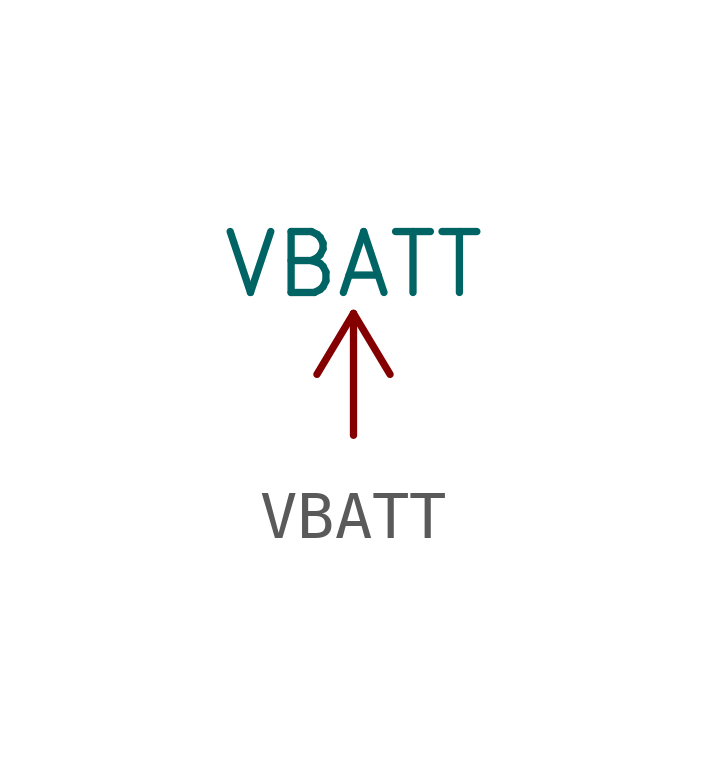
<source format=kicad_sym>
(kicad_symbol_lib
  (version 20220914)
  (generator kicad_symbol_editor)
  (symbol "VBATT"
    (power)
    (pin_names
      (offset 0))
    (property "Reference" "#PWR"
      (at 0 -3.81 0)
      (effects (font (size 1.27 1.27)) hide))
    (property "Value" "VBATT"
      (at 0 3.556 0)
      (effects (font (size 1.27 1.27))))
    (symbol "VBATT_0_1"
      (polyline (pts (xy -0.762 1.27) (xy 0 2.54)) (stroke (width 0) (type default)) (fill (type none)))
      (polyline (pts (xy 0 0) (xy 0 2.54)) (stroke (width 0) (type default)) (fill (type none)))
      (polyline (pts (xy 0 2.54) (xy 0.762 1.27)) (stroke (width 0) (type default)) (fill (type none))))
    (symbol "VBATT_1_1"
      (pin power_in line (at 0 0 90) (length 0) hide (name "V_{BATT}" (effects (font (size 1.27 1.27)))) (number "1" (effects (font (size 1.27 1.27))))))))
</source>
